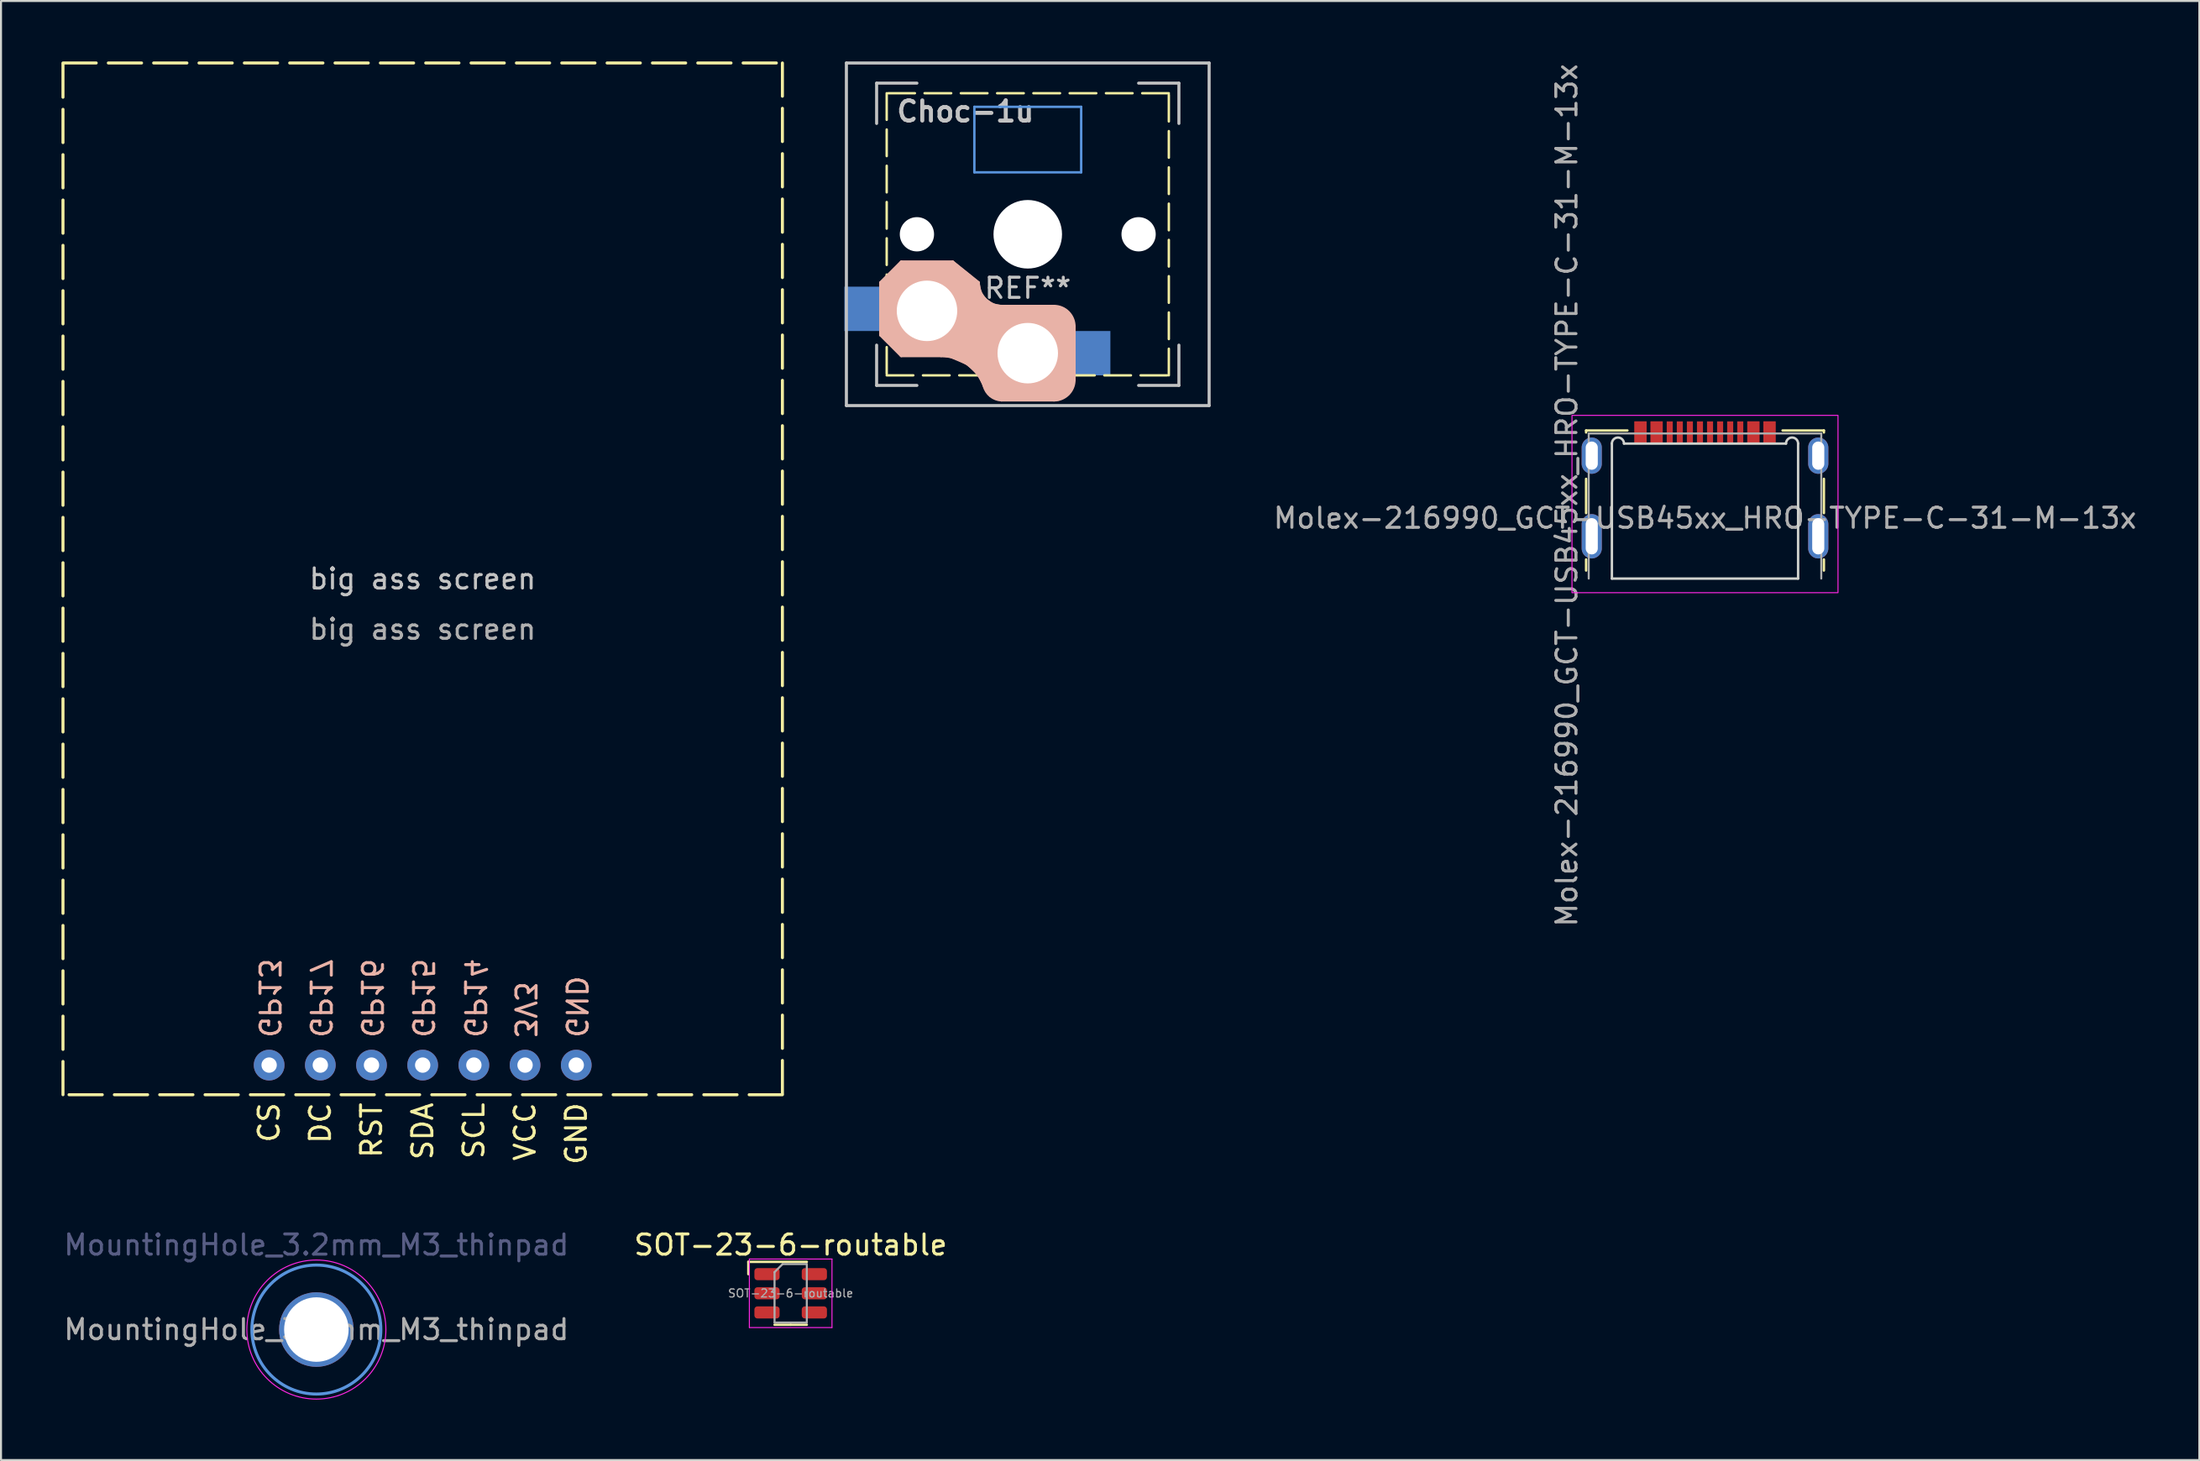
<source format=kicad_pcb>
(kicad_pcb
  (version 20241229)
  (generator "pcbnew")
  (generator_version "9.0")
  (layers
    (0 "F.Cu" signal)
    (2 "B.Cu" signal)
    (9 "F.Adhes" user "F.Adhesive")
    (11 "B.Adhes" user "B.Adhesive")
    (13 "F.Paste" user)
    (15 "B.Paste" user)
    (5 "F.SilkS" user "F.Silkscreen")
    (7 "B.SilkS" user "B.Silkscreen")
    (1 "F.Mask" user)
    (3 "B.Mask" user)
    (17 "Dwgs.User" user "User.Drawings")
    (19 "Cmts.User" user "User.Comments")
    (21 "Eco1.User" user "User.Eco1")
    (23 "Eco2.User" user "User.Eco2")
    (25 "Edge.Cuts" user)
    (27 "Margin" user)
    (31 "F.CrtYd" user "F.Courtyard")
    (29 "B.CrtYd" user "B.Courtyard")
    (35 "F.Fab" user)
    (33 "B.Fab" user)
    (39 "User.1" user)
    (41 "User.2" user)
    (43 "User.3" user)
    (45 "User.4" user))
  (footprint "SOT-23-6-routable"
    (layer "F.Cu")
    (at 36.185 61.129)
    (property "Reference" "SOT-23-6-routable" (at 0 -2.4 0) (layer "F.SilkS") (effects (font (size 1 1) (thickness 0.15))))
    (attr smd)
    (fp_line (start -2.1 -1.56) (end 0.8 -1.56) (stroke (width 0.12) (type solid)) (layer "F.SilkS"))
    (fp_line (start -2.1 -0.95) (end -2.1 -1.56) (stroke (width 0.12) (type solid)) (layer "F.SilkS"))
    (fp_line (start 0 1.56) (end -0.8 1.56) (stroke (width 0.12) (type solid)) (layer "F.SilkS"))
    (fp_line (start 0 1.56) (end 0.8 1.56) (stroke (width 0.12) (type solid)) (layer "F.SilkS"))
    (fp_line (start -2.05 -1.7) (end -2.05 1.7) (stroke (width 0.05) (type solid)) (layer "F.CrtYd"))
    (fp_line (start -2.05 1.7) (end 2.05 1.7) (stroke (width 0.05) (type solid)) (layer "F.CrtYd"))
    (fp_line (start 2.05 -1.7) (end -2.05 -1.7) (stroke (width 0.05) (type solid)) (layer "F.CrtYd"))
    (fp_line (start 2.05 1.7) (end 2.05 -1.7) (stroke (width 0.05) (type solid)) (layer "F.CrtYd"))
    (fp_line (start -0.8 -1.05) (end -0.4 -1.45) (stroke (width 0.1) (type solid)) (layer "F.Fab"))
    (fp_line (start -0.8 1.45) (end -0.8 -1.05) (stroke (width 0.1) (type solid)) (layer "F.Fab"))
    (fp_line (start -0.4 -1.45) (end 0.8 -1.45) (stroke (width 0.1) (type solid)) (layer "F.Fab"))
    (fp_line (start 0.8 -1.45) (end 0.8 1.45) (stroke (width 0.1) (type solid)) (layer "F.Fab"))
    (fp_line (start 0.8 1.45) (end -0.8 1.45) (stroke (width 0.1) (type solid)) (layer "F.Fab"))
    (fp_text user "${REFERENCE}" (at 0 0 0) (layer "F.Fab") (effects (font (size 0.4 0.4) (thickness 0.06))))
    (pad "1" smd roundrect (at -1.175 -0.95) (size 1.25 0.6) (layers "F.Cu" "F.Mask" "F.Paste") (roundrect_rratio 0.25))
    (pad "2" smd roundrect (at -1.175 0) (size 1.25 0.6) (layers "F.Cu" "F.Mask" "F.Paste") (roundrect_rratio 0.25))
    (pad "3" smd roundrect (at -1.175 0.95) (size 1.25 0.6) (layers "F.Cu" "F.Mask" "F.Paste") (roundrect_rratio 0.25))
    (pad "4" smd roundrect (at 1.175 0.95) (size 1.25 0.6) (layers "F.Cu" "F.Mask" "F.Paste") (roundrect_rratio 0.25))
    (pad "5" smd roundrect (at 1.175 0) (size 1.25 0.6) (layers "F.Cu" "F.Mask" "F.Paste") (roundrect_rratio 0.25))
    (pad "6" smd roundrect (at 1.175 -0.95) (size 1.25 0.6) (layers "F.Cu" "F.Mask" "F.Paste") (roundrect_rratio 0.25)))
  (footprint "MountingHole_3.2mm_M3_thinpad"
    (layer "F.Cu")
    (at 12.649 62.929)
    (property "Reference" "MountingHole_3.2mm_M3_thinpad" (at 0 -4.2 180) (layer "B.Fab") (effects (font (size 1 1) (thickness 0.15))))
    (attr exclude_from_pos_files exclude_from_bom)
    (fp_circle (center 0 0) (end 3.2 0) (stroke (width 0.15) (type solid)) (fill no) (layer "Cmts.User"))
    (fp_circle (center 0 0) (end 3.45 0) (stroke (width 0.05) (type solid)) (fill no) (layer "F.CrtYd"))
    (fp_text user "${REFERENCE}" (at 0 0 180) (layer "F.Fab") (effects (font (size 1 1) (thickness 0.15))))
    (pad "1" thru_hole circle (at 0 0) (size 3.7 3.7) (drill 3.2) (layers "*.Cu" "*.Mask")))
  (footprint "Choc-1u"
    (layer "F.Cu")
    (at 47.95 8.576)
    (property "Reference" "Choc-1u" (at -6.604 -6.096 180) (layer "Dwgs.User") (effects (font (size 1 1) (thickness 0.2)) (justify left)))
    (attr through_hole)
    (fp_line (start -7 -7) (end -7 7) (stroke (width 0.12) (type dash)) (layer "F.SilkS"))
    (fp_line (start -7 7) (end 7 7) (stroke (width 0.12) (type dash)) (layer "F.SilkS"))
    (fp_line (start 7 -7) (end -7 -7) (stroke (width 0.12) (type dash)) (layer "F.SilkS"))
    (fp_line (start 7 7) (end 7 -7) (stroke (width 0.12) (type dash)) (layer "F.SilkS"))
    (fp_line (start -7.3 2.4) (end -7.3 5) (stroke (width 0.15) (type solid)) (layer "B.SilkS"))
    (fp_line (start -7.3 2.4) (end -6.275 1.375) (stroke (width 0.15) (type solid)) (layer "B.SilkS"))
    (fp_line (start -7.3 5) (end -6.275 6.025) (stroke (width 0.15) (type solid)) (layer "B.SilkS"))
    (fp_line (start -4.3 6.025) (end -6.275 6.025) (stroke (width 0.15) (type solid)) (layer "B.SilkS"))
    (fp_line (start -3.725 1.375) (end -6.275 1.375) (stroke (width 0.15) (type solid)) (layer "B.SilkS"))
    (fp_line (start -3.725 1.375) (end -2.45 2.4) (stroke (width 0.15) (type solid)) (layer "B.SilkS"))
    (fp_line (start 1.3 3.575) (end -1.275 3.575) (stroke (width 0.15) (type solid)) (layer "B.SilkS"))
    (fp_line (start 1.3 8.225) (end -1.3 8.225) (stroke (width 0.15) (type solid)) (layer "B.SilkS"))
    (fp_line (start 2.3 4.575) (end 2.3 7.225) (stroke (width 0.15) (type solid)) (layer "B.SilkS"))
    (fp_arc (start -4.3 6.025) (mid -2.995114 6.436429) (end -2.162199 7.521904) (stroke (width 0.15) (type solid)) (layer "B.SilkS"))
    (fp_arc (start -1.300995 8.223791) (mid -1.848284 8.016021) (end -2.162199 7.521904) (stroke (width 0.15) (type solid)) (layer "B.SilkS"))
    (fp_arc (start -1.275 3.575) (mid -2.10585 3.23085) (end -2.45 2.4) (stroke (width 0.15) (type solid)) (layer "B.SilkS"))
    (fp_arc (start 1.3 3.575) (mid 2.007107 3.867893) (end 2.3 4.575) (stroke (width 0.15) (type solid)) (layer "B.SilkS"))
    (fp_arc (start 2.3 7.225) (mid 2.007107 7.932107) (end 1.3 8.225) (stroke (width 0.15) (type solid)) (layer "B.SilkS"))
    (fp_poly (pts (xy -7.3 5) (xy -7.3 2.4) (xy -6.275 1.375) (xy -3.725 1.375) (xy -2.45 2.4) (xy -2.35 2.93) (xy -2.106 3.231) (xy -1.73 3.5) (xy -1.275 3.575) (xy 1.3 3.575) (xy 1.81 3.72) (xy 2.007 3.868) (xy 2.21 4.2) (xy 2.3 4.575) (xy 2.3 7.225) (xy 2.18 7.66) (xy 2.007 7.932) (xy 1.52 8.2) (xy 1.3 8.225) (xy -1.3 8.225) (xy -1.848 8.016) (xy -2.162 7.522) (xy -2.45 6.94) (xy -2.995 6.436) (xy -3.89 6.05) (xy -4.3 6.025) (xy -6.275 6.025)) (stroke (width 0.12) (type solid)) (fill yes) (layer "B.SilkS"))
    (fp_line (start -9 -8.5) (end 9 -8.5) (stroke (width 0.152) (type solid)) (layer "Dwgs.User"))
    (fp_line (start -9 8.5) (end -9 -8.5) (stroke (width 0.152) (type solid)) (layer "Dwgs.User"))
    (fp_line (start -7.5 -7.5) (end -7.5 -5.5) (stroke (width 0.15) (type solid)) (layer "Dwgs.User"))
    (fp_line (start -7.5 7.5) (end -7.5 5.5) (stroke (width 0.15) (type solid)) (layer "Dwgs.User"))
    (fp_line (start -5.5 -7.5) (end -7.5 -7.5) (stroke (width 0.15) (type solid)) (layer "Dwgs.User"))
    (fp_line (start -5.5 7.5) (end -7.5 7.5) (stroke (width 0.15) (type solid)) (layer "Dwgs.User"))
    (fp_line (start 5.5 -7.5) (end 7.5 -7.5) (stroke (width 0.15) (type solid)) (layer "Dwgs.User"))
    (fp_line (start 5.5 7.5) (end 7.5 7.5) (stroke (width 0.15) (type solid)) (layer "Dwgs.User"))
    (fp_line (start 7.5 -7.5) (end 7.5 -5.5) (stroke (width 0.15) (type solid)) (layer "Dwgs.User"))
    (fp_line (start 7.5 7.5) (end 7.5 5.5) (stroke (width 0.15) (type solid)) (layer "Dwgs.User"))
    (fp_line (start 9 -8.5) (end 9 8.5) (stroke (width 0.152) (type solid)) (layer "Dwgs.User"))
    (fp_line (start 9 8.5) (end -9 8.5) (stroke (width 0.152) (type solid)) (layer "Dwgs.User"))
    (fp_line (start -2.65 -6.325) (end 2.65 -6.325) (stroke (width 0.12) (type solid)) (layer "Cmts.User"))
    (fp_line (start -2.65 -3.075) (end -2.65 -6.325) (stroke (width 0.12) (type solid)) (layer "Cmts.User"))
    (fp_line (start 2.65 -6.325) (end 2.65 -3.075) (stroke (width 0.12) (type solid)) (layer "Cmts.User"))
    (fp_line (start 2.65 -3.075) (end -2.65 -3.075) (stroke (width 0.12) (type solid)) (layer "Cmts.User"))
    (fp_text user "REF**" (at 0 2.675 180) (layer "Dwgs.User") (effects (font (size 1 1) (thickness 0.15))))
    (pad "" np_thru_hole circle (at -5.5 0 180) (size 1.7 1.7) (drill 1.7) (layers "*.Cu" "*.Mask"))
    (pad "" np_thru_hole circle (at 0 0 90) (size 3.4 3.4) (drill 3.4) (layers "*.Cu" "*.Mask"))
    (pad "" np_thru_hole circle (at 5.5 0 180) (size 1.7 1.7) (drill 1.7) (layers "*.Cu" "*.Mask"))
    (pad "1" smd rect (at -7.6 3.7 180) (size 3 2.2) (layers "B.Cu" "B.Mask" "B.Paste"))
    (pad "1" thru_hole circle (at -5 3.8 90) (size 3.5 3.5) (drill 3) (layers "*.Cu" "*.Mask"))
    (pad "2" thru_hole circle (at 0 5.9 90) (size 3.5 3.5) (drill 3) (layers "*.Cu" "*.Mask"))
    (pad "2" smd rect (at 2.6 5.9 180) (size 3 2.2) (layers "B.Cu" "B.Mask" "B.Paste")))
  (footprint "big ass screen"
    (layer "F.Cu")
    (at 17.925 25.675)
    (property "Reference" "big ass screen" (at 0 0 0) (unlocked yes) (layer "Dwgs.User") (effects (font (size 1 1) (thickness 0.15))))
    (attr exclude_from_pos_files exclude_from_bom)
    (fp_rect (start -17.85 -25.6) (end 17.85 25.6) (stroke (width 0.15) (type dash)) (fill no) (layer "F.SilkS"))
    (fp_text user "GND" (at 7.62 25.908 90) (unlocked yes) (layer "F.SilkS") (effects (font (size 1 1) (thickness 0.15)) (justify right)))
    (fp_text user "CS" (at -7.62 25.908 90) (unlocked yes) (layer "F.SilkS") (effects (font (size 1 1) (thickness 0.15)) (justify right)))
    (fp_text user "VCC" (at 5.08 25.908 90) (unlocked yes) (layer "F.SilkS") (effects (font (size 1 1) (thickness 0.15)) (justify right)))
    (fp_text user "SCL" (at 2.54 25.908 90) (unlocked yes) (layer "F.SilkS") (effects (font (size 1 1) (thickness 0.15)) (justify right)))
    (fp_text user "SDA" (at 0 25.908 90) (unlocked yes) (layer "F.SilkS") (effects (font (size 1 1) (thickness 0.15)) (justify right)))
    (fp_text user "RST" (at -2.54 25.908 90) (unlocked yes) (layer "F.SilkS") (effects (font (size 1 1) (thickness 0.15)) (justify right)))
    (fp_text user "DC" (at -5.08 25.908 90) (unlocked yes) (layer "F.SilkS") (effects (font (size 1 1) (thickness 0.15)) (justify right)))
    (fp_text user "GP16" (at -2.54 22.86 270) (unlocked yes) (layer "B.SilkS") (effects (font (size 1 1) (thickness 0.15)) (justify left mirror)))
    (fp_text user "GND" (at 7.62 22.86 270) (unlocked yes) (layer "B.SilkS") (effects (font (size 1 1) (thickness 0.15)) (justify left mirror)))
    (fp_text user "3V3" (at 5.08 22.86 270) (unlocked yes) (layer "B.SilkS") (effects (font (size 1 1) (thickness 0.15)) (justify left mirror)))
    (fp_text user "GP17" (at -5.08 22.86 270) (unlocked yes) (layer "B.SilkS") (effects (font (size 1 1) (thickness 0.15)) (justify left mirror)))
    (fp_text user "GP15" (at 0 22.86 270) (unlocked yes) (layer "B.SilkS") (effects (font (size 1 1) (thickness 0.15)) (justify left mirror)))
    (fp_text user "GP13" (at -7.62 22.86 270) (unlocked yes) (layer "B.SilkS") (effects (font (size 1 1) (thickness 0.15)) (justify left mirror)))
    (fp_text user "GP14" (at 2.582 22.86 270) (unlocked yes) (layer "B.SilkS") (effects (font (size 1 1) (thickness 0.15)) (justify left mirror)))
    (fp_text user "${REFERENCE}" (at 0 2.5 0) (unlocked yes) (layer "F.Fab") (effects (font (size 1 1) (thickness 0.15))))
    (pad "1" thru_hole circle (at 7.62 24.13) (size 1.524 1.524) (drill 0.762) (layers "*.Cu" "*.Mask"))
    (pad "2" thru_hole circle (at 5.08 24.13) (size 1.524 1.524) (drill 0.762) (layers "*.Cu" "*.Mask"))
    (pad "3" thru_hole circle (at 2.54 24.13) (size 1.524 1.524) (drill 0.762) (layers "*.Cu" "*.Mask"))
    (pad "4" thru_hole circle (at 0 24.13) (size 1.524 1.524) (drill 0.762) (layers "*.Cu" "*.Mask"))
    (pad "5" thru_hole circle (at -2.54 24.13) (size 1.524 1.524) (drill 0.762) (layers "*.Cu" "*.Mask"))
    (pad "6" thru_hole circle (at -5.08 24.13) (size 1.524 1.524) (drill 0.762) (layers "*.Cu" "*.Mask"))
    (pad "7" thru_hole circle (at -7.62 24.13) (size 1.524 1.524) (drill 0.762) (layers "*.Cu" "*.Mask")))
  (footprint "Molex-216990_GCT-USB45xx_HRO-TYPE-C-31-M-13x"
    (layer "F.Cu")
    (at 81.556 25.662)
    (property "Reference" "Molex-216990_GCT-USB45xx_HRO-TYPE-C-31-M-13x" (at -6.858 -4.132 90) (unlocked yes) (layer "F.Fab") (effects (font (size 1 1) (thickness 0.15))))
    (attr smd)
    (fp_line (start -5.9 -7.35) (end -5.9 -7.25) (stroke (width 0.12) (type solid)) (layer "F.SilkS"))
    (fp_line (start -5.9 -4.95) (end -5.9 -3.25) (stroke (width 0.12) (type solid)) (layer "F.SilkS"))
    (fp_line (start -5.9 -0.95) (end -5.9 -0.4) (stroke (width 0.12) (type solid)) (layer "F.SilkS"))
    (fp_line (start -3.85 -7.35) (end -5.9 -7.35) (stroke (width 0.12) (type solid)) (layer "F.SilkS"))
    (fp_line (start 5.9 -7.35) (end 3.85 -7.35) (stroke (width 0.12) (type solid)) (layer "F.SilkS"))
    (fp_line (start 5.9 -7.35) (end 5.9 -7.25) (stroke (width 0.12) (type solid)) (layer "F.SilkS"))
    (fp_line (start 5.9 -4.95) (end 5.9 -3.25) (stroke (width 0.12) (type solid)) (layer "F.SilkS"))
    (fp_line (start 5.9 -0.95) (end 5.9 -0.4) (stroke (width 0.12) (type solid)) (layer "F.SilkS"))
    (fp_line (start -4.62 0) (end -4.62 -6.7) (stroke (width 0.12) (type solid)) (layer "Edge.Cuts"))
    (fp_line (start -4.62 0) (end 4.62 0) (stroke (width 0.12) (type default)) (layer "Edge.Cuts"))
    (fp_line (start -4.02 -6.7) (end 4.02 -6.7) (stroke (width 0.12) (type solid)) (layer "Edge.Cuts"))
    (fp_line (start 4.62 -6.7) (end 4.62 0) (stroke (width 0.12) (type solid)) (layer "Edge.Cuts"))
    (fp_arc (start -4.62 -6.7) (mid -4.32 -7) (end -4.02 -6.7) (stroke (width 0.12) (type solid)) (layer "Edge.Cuts"))
    (fp_arc (start 4.02 -6.7) (mid 4.32 -7) (end 4.62 -6.7) (stroke (width 0.12) (type solid)) (layer "Edge.Cuts"))
    (fp_rect (start -6.6 -8.1) (end 6.6 0.7) (stroke (width 0.05) (type solid)) (fill no) (layer "F.CrtYd"))
    (fp_line (start -5.77 -7.2) (end -5.77 0) (stroke (width 0.1) (type solid)) (layer "F.Fab"))
    (fp_line (start 5.77 -7.2) (end -5.77 -7.2) (stroke (width 0.1) (type solid)) (layer "F.Fab"))
    (fp_line (start 5.77 0) (end 5.77 -7.2) (stroke (width 0.1) (type solid)) (layer "F.Fab"))
    (fp_text user "${REFERENCE}" (at 0 -3 0) (unlocked yes) (layer "F.Fab") (effects (font (size 1 1) (thickness 0.15))))
    (pad "A1" smd rect (at -3.2 -7.25) (size 0.6 1.1) (layers "F.Cu" "F.Mask" "F.Paste"))
    (pad "A4" smd rect (at -2.4 -7.25) (size 0.6 1.1) (layers "F.Cu" "F.Mask" "F.Paste"))
    (pad "A5" smd rect (at -1.25 -7.25) (size 0.3 1.1) (layers "F.Cu" "F.Mask" "F.Paste"))
    (pad "A6" smd rect (at -0.25 -7.25) (size 0.3 1.1) (layers "F.Cu" "F.Mask" "F.Paste"))
    (pad "A7" smd rect (at 0.25 -7.25) (size 0.3 1.1) (layers "F.Cu" "F.Mask" "F.Paste"))
    (pad "A8" smd rect (at 1.25 -7.25) (size 0.3 1.1) (layers "F.Cu" "F.Mask" "F.Paste"))
    (pad "A9" smd rect (at 2.4 -7.25) (size 0.6 1.1) (layers "F.Cu" "F.Mask" "F.Paste"))
    (pad "A12" smd rect (at 3.2 -7.25) (size 0.6 1.1) (layers "F.Cu" "F.Mask" "F.Paste"))
    (pad "B1" smd rect (at 3.2 -7.25) (size 0.6 1.1) (layers "F.Cu" "F.Mask" "F.Paste"))
    (pad "B4" smd rect (at 2.4 -7.25) (size 0.6 1.1) (layers "F.Cu" "F.Mask" "F.Paste"))
    (pad "B5" smd rect (at 1.75 -7.25) (size 0.3 1.1) (layers "F.Cu" "F.Mask" "F.Paste"))
    (pad "B6" smd rect (at 0.75 -7.25) (size 0.3 1.1) (layers "F.Cu" "F.Mask" "F.Paste"))
    (pad "B7" smd rect (at -0.75 -7.25) (size 0.3 1.1) (layers "F.Cu" "F.Mask" "F.Paste"))
    (pad "B8" smd rect (at -1.75 -7.25) (size 0.3 1.1) (layers "F.Cu" "F.Mask" "F.Paste"))
    (pad "B9" smd rect (at -2.4 -7.25) (size 0.6 1.1) (layers "F.Cu" "F.Mask" "F.Paste"))
    (pad "B12" smd rect (at -3.2 -7.25) (size 0.6 1.1) (layers "F.Cu" "F.Mask" "F.Paste"))
    (pad "S1" thru_hole oval (at -5.62 -6.1) (size 1 1.8) (drill oval 0.6 1.4) (layers "*.Cu" "*.Mask"))
    (pad "S1" thru_hole oval (at -5.62 -2.1) (size 1 2.2) (drill oval 0.6 1.8) (layers "*.Cu" "*.Mask"))
    (pad "S1" thru_hole oval (at 5.62 -6.1) (size 1 1.8) (drill oval 0.6 1.4) (layers "*.Cu" "*.Mask"))
    (pad "S1" thru_hole oval (at 5.62 -2.1) (size 1 2.2) (drill oval 0.6 1.8) (layers "*.Cu" "*.Mask")))
  (gr_rect
    (start -3 -3)
    (end 106.086 69.404)
    (stroke (width 0.1) (type default))
    (fill no)
    (layer "Edge.Cuts")))
</source>
